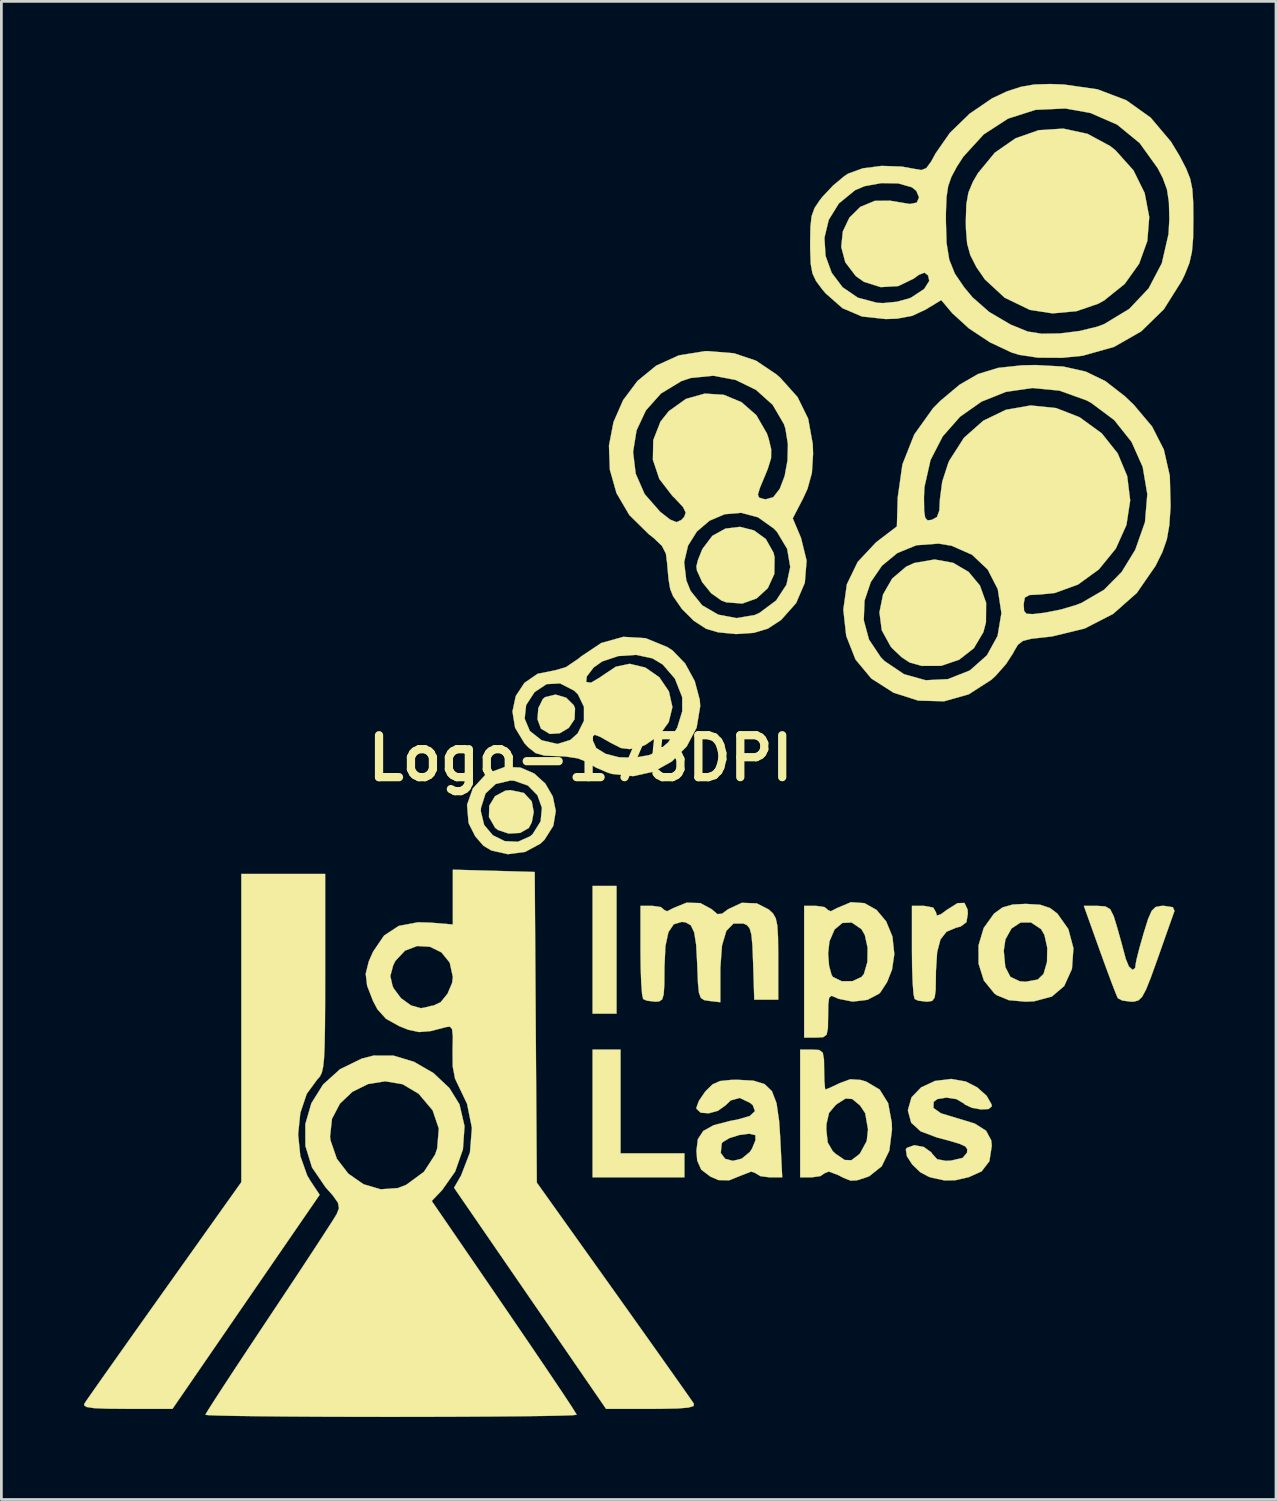
<source format=kicad_pcb>
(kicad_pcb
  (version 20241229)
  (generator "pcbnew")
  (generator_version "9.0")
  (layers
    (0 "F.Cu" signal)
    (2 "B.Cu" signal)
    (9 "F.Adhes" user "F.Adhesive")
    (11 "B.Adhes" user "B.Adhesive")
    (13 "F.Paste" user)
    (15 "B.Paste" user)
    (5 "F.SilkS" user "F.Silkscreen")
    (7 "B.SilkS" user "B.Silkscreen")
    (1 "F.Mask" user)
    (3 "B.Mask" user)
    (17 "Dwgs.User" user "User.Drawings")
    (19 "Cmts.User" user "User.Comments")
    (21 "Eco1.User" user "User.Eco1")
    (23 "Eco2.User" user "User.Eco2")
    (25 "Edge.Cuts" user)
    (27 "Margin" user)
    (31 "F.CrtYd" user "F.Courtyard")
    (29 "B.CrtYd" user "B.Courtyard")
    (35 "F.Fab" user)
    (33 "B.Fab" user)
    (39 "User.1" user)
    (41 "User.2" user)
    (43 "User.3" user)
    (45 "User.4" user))
  (footprint "Logo-175DPI"
    (layer "F.Cu")
    (at 18.061 24.517)
    (property "Reference" "Logo-175DPI" (at 0 0 0) (layer "F.SilkS") (effects (font (size 1.524 1.524) (thickness 0.3))))
    (attr through_hole)
    (fp_poly (pts (xy 1.306 9.289) (xy 0.435 9.289) (xy 0.435 4.645) (xy 1.306 4.645) (xy 1.306 9.289)) (stroke (width 0.01) (type solid)) (fill yes) (layer "F.SilkS"))
    (fp_poly (pts (xy 1.451 14.369) (xy 3.774 14.369) (xy 3.774 15.24) (xy 0.435 15.24) (xy 0.435 10.595) (xy 1.451 10.595) (xy 1.451 14.369)) (stroke (width 0.01) (type solid)) (fill yes) (layer "F.SilkS"))
    (fp_poly (pts (xy -2.062 1.264) (xy -1.778 1.569) (xy -1.705 1.959) (xy -1.776 2.331) (xy -1.886 2.54) (xy -2.198 2.717) (xy -2.617 2.741) (xy -3.005 2.612) (xy -3.11 2.53) (xy -3.333 2.14) (xy -3.322 1.729) (xy -3.112 1.381) (xy -2.737 1.181) (xy -2.553 1.161) (xy -2.062 1.264)) (stroke (width 0.01) (type solid)) (fill yes) (layer "F.SilkS"))
    (fp_poly (pts (xy -0.525 -2.199) (xy -0.25 -1.927) (xy -0.203 -1.806) (xy -0.221 -1.414) (xy -0.433 -1.099) (xy -0.759 -0.906) (xy -1.12 -0.881) (xy -1.437 -1.071) (xy -1.444 -1.08) (xy -1.568 -1.414) (xy -1.538 -1.819) (xy -1.374 -2.151) (xy -1.292 -2.22) (xy -0.913 -2.312) (xy -0.525 -2.199)) (stroke (width 0.01) (type solid)) (fill yes) (layer "F.SilkS"))
    (fp_poly (pts (xy 6.306 -8.281) (xy 6.735 -7.967) (xy 7.012 -7.475) (xy 7.052 -7.312) (xy 7.043 -6.699) (xy 6.807 -6.183) (xy 6.401 -5.809) (xy 5.879 -5.622) (xy 5.295 -5.667) (xy 5.126 -5.729) (xy 4.747 -5.997) (xy 4.42 -6.401) (xy 4.229 -6.824) (xy 4.209 -6.974) (xy 4.268 -7.209) (xy 4.41 -7.564) (xy 4.434 -7.614) (xy 4.79 -8.085) (xy 5.266 -8.348) (xy 5.794 -8.411) (xy 6.306 -8.281)) (stroke (width 0.01) (type solid)) (fill yes) (layer "F.SilkS"))
    (fp_poly (pts (xy 13.543 -7.104) (xy 14.106 -6.774) (xy 14.519 -6.277) (xy 14.744 -5.651) (xy 14.738 -4.939) (xy 14.645 -4.584) (xy 14.299 -4) (xy 13.766 -3.582) (xy 13.111 -3.358) (xy 12.404 -3.355) (xy 11.962 -3.479) (xy 11.675 -3.668) (xy 11.344 -3.981) (xy 11.273 -4.061) (xy 10.95 -4.65) (xy 10.865 -5.303) (xy 10.997 -5.953) (xy 11.328 -6.53) (xy 11.836 -6.963) (xy 12.131 -7.097) (xy 12.871 -7.225) (xy 13.543 -7.104)) (stroke (width 0.01) (type solid)) (fill yes) (layer "F.SilkS"))
    (fp_poly (pts (xy 14.07 5.502) (xy 14.079 5.649) (xy 14.029 5.963) (xy 13.821 6.12) (xy 13.635 6.17) (xy 13.302 6.311) (xy 13.084 6.59) (xy 12.963 7.052) (xy 12.919 7.745) (xy 12.918 7.92) (xy 12.91 8.424) (xy 12.873 8.704) (xy 12.781 8.826) (xy 12.611 8.854) (xy 12.579 8.854) (xy 12.274 8.816) (xy 12.144 8.757) (xy 12.105 8.581) (xy 12.074 8.177) (xy 12.053 7.608) (xy 12.047 7.015) (xy 12.047 5.37) (xy 12.482 5.37) (xy 12.821 5.431) (xy 12.918 5.599) (xy 12.955 5.724) (xy 13.106 5.67) (xy 13.3 5.526) (xy 13.702 5.272) (xy 13.956 5.263) (xy 14.07 5.502)) (stroke (width 0.01) (type solid)) (fill yes) (layer "F.SilkS"))
    (fp_poly (pts (xy 18.429 -22.701) (xy 19.253 -22.257) (xy 19.448 -22.102) (xy 20.101 -21.373) (xy 20.508 -20.549) (xy 20.675 -19.677) (xy 20.605 -18.804) (xy 20.306 -17.977) (xy 19.781 -17.241) (xy 19.036 -16.644) (xy 18.822 -16.525) (xy 18.029 -16.252) (xy 17.16 -16.173) (xy 16.346 -16.298) (xy 16.317 -16.308) (xy 15.417 -16.744) (xy 14.7 -17.406) (xy 14.391 -17.853) (xy 14.172 -18.283) (xy 14.054 -18.707) (xy 14.01 -19.245) (xy 14.006 -19.532) (xy 14.024 -20.131) (xy 14.1 -20.565) (xy 14.264 -20.957) (xy 14.446 -21.27) (xy 15.06 -22.016) (xy 15.815 -22.54) (xy 16.661 -22.835) (xy 17.549 -22.891) (xy 18.429 -22.701)) (stroke (width 0.01) (type solid)) (fill yes) (layer "F.SilkS"))
    (fp_poly (pts (xy -9.289 7.815) (xy -9.29 8.934) (xy -9.296 9.799) (xy -9.308 10.446) (xy -9.329 10.911) (xy -9.363 11.229) (xy -9.412 11.438) (xy -9.478 11.573) (xy -9.564 11.67) (xy -9.574 11.679) (xy -9.958 12.204) (xy -10.192 12.899) (xy -10.272 13.68) (xy -10.192 14.464) (xy -9.944 15.167) (xy -9.833 15.356) (xy -9.489 15.875) (xy -12.165 19.766) (xy -14.84 23.658) (xy -16.499 23.658) (xy -17.225 23.652) (xy -17.701 23.631) (xy -17.965 23.59) (xy -18.056 23.524) (xy -18.041 23.466) (xy -17.932 23.305) (xy -17.674 22.936) (xy -17.29 22.39) (xy -16.799 21.696) (xy -16.223 20.882) (xy -15.581 19.978) (xy -15.131 19.345) (xy -12.337 15.416) (xy -12.337 4.209) (xy -9.289 4.209) (xy -9.289 7.815)) (stroke (width 0.01) (type solid)) (fill yes) (layer "F.SilkS"))
    (fp_poly (pts (xy -2.189 0.34) (xy -1.688 0.557) (xy -1.284 0.923) (xy -1.012 1.392) (xy -0.903 1.919) (xy -0.993 2.459) (xy -1.313 2.966) (xy -1.468 3.112) (xy -2.019 3.408) (xy -2.647 3.491) (xy -3.249 3.355) (xy -3.533 3.185) (xy -3.83 2.843) (xy -4.057 2.396) (xy -4.077 2.335) (xy -4.11 1.93) (xy -3.629 1.93) (xy -3.507 2.429) (xy -3.193 2.802) (xy -2.759 3.016) (xy -2.281 3.039) (xy -1.833 2.839) (xy -1.742 2.758) (xy -1.454 2.298) (xy -1.407 1.804) (xy -1.571 1.346) (xy -1.917 0.995) (xy -2.415 0.82) (xy -2.555 0.813) (xy -3.087 0.938) (xy -3.457 1.283) (xy -3.623 1.806) (xy -3.629 1.93) (xy -4.11 1.93) (xy -4.129 1.696) (xy -3.92 1.102) (xy -3.482 0.624) (xy -3.35 0.538) (xy -2.754 0.319) (xy -2.189 0.34)) (stroke (width 0.01) (type solid)) (fill yes) (layer "F.SilkS"))
    (fp_poly (pts (xy 16.709 5.329) (xy 17.067 5.448) (xy 17.335 5.651) (xy 17.733 6.213) (xy 17.918 6.906) (xy 17.867 7.639) (xy 17.855 7.685) (xy 17.582 8.286) (xy 17.135 8.666) (xy 16.493 8.839) (xy 16.183 8.854) (xy 15.57 8.799) (xy 15.133 8.619) (xy 15.045 8.556) (xy 14.662 8.084) (xy 14.47 7.474) (xy 14.468 6.999) (xy 15.385 6.999) (xy 15.441 7.593) (xy 15.627 7.952) (xy 15.968 8.112) (xy 16.183 8.128) (xy 16.621 8.049) (xy 16.831 7.847) (xy 16.958 7.41) (xy 16.967 6.892) (xy 16.864 6.427) (xy 16.742 6.216) (xy 16.373 5.972) (xy 15.995 5.975) (xy 15.666 6.193) (xy 15.445 6.59) (xy 15.385 6.999) (xy 14.468 6.999) (xy 14.467 6.81) (xy 14.656 6.174) (xy 15.032 5.651) (xy 15.34 5.427) (xy 15.713 5.321) (xy 16.183 5.298) (xy 16.709 5.329)) (stroke (width 0.01) (type solid)) (fill yes) (layer "F.SilkS"))
    (fp_poly (pts (xy 19.079 5.389) (xy 19.256 5.492) (xy 19.384 5.747) (xy 19.502 6.132) (xy 19.647 6.648) (xy 19.772 7.112) (xy 19.819 7.293) (xy 19.934 7.573) (xy 20.071 7.698) (xy 20.164 7.624) (xy 20.175 7.527) (xy 20.214 7.313) (xy 20.317 6.907) (xy 20.463 6.395) (xy 20.471 6.366) (xy 20.633 5.848) (xy 20.763 5.551) (xy 20.905 5.412) (xy 21.106 5.372) (xy 21.213 5.37) (xy 21.535 5.419) (xy 21.593 5.552) (xy 21.521 5.755) (xy 21.374 6.17) (xy 21.176 6.732) (xy 20.978 7.293) (xy 20.736 7.967) (xy 20.558 8.413) (xy 20.416 8.677) (xy 20.281 8.807) (xy 20.123 8.85) (xy 20.019 8.854) (xy 19.695 8.812) (xy 19.532 8.725) (xy 19.454 8.544) (xy 19.302 8.149) (xy 19.097 7.598) (xy 18.874 6.983) (xy 18.297 5.37) (xy 18.79 5.37) (xy 19.079 5.389)) (stroke (width 0.01) (type solid)) (fill yes) (layer "F.SilkS"))
    (fp_poly (pts (xy 10.32 5.271) (xy 10.759 5.516) (xy 11.109 5.934) (xy 11.337 6.483) (xy 11.406 7.126) (xy 11.322 7.69) (xy 11.143 8.141) (xy 10.903 8.511) (xy 10.853 8.563) (xy 10.431 8.785) (xy 9.893 8.851) (xy 9.374 8.748) (xy 9.28 8.703) (xy 9.12 8.641) (xy 9.036 8.71) (xy 9.004 8.967) (xy 8.999 9.357) (xy 8.992 9.815) (xy 8.944 10.054) (xy 8.818 10.145) (xy 8.575 10.16) (xy 8.563 10.16) (xy 8.128 10.16) (xy 8.128 7.105) (xy 8.999 7.105) (xy 9.034 7.548) (xy 9.124 7.877) (xy 9.173 7.954) (xy 9.495 8.111) (xy 9.887 8.107) (xy 10.213 7.955) (xy 10.3 7.847) (xy 10.427 7.41) (xy 10.435 6.892) (xy 10.333 6.427) (xy 10.21 6.216) (xy 9.857 5.975) (xy 9.517 5.99) (xy 9.232 6.23) (xy 9.047 6.663) (xy 8.999 7.105) (xy 8.128 7.105) (xy 8.128 5.37) (xy 8.563 5.37) (xy 8.869 5.415) (xy 8.999 5.522) (xy 8.999 5.524) (xy 9.097 5.566) (xy 9.321 5.451) (xy 9.83 5.236) (xy 10.32 5.271)) (stroke (width 0.01) (type solid)) (fill yes) (layer "F.SilkS"))
    (fp_poly (pts (xy 8.676 10.611) (xy 8.805 10.709) (xy 8.849 10.963) (xy 8.854 11.321) (xy 8.863 11.735) (xy 8.886 11.998) (xy 8.904 12.047) (xy 9.054 11.989) (xy 9.357 11.846) (xy 9.413 11.818) (xy 9.806 11.674) (xy 10.181 11.699) (xy 10.381 11.758) (xy 10.873 12.049) (xy 11.182 12.545) (xy 11.314 13.26) (xy 11.321 13.505) (xy 11.225 14.268) (xy 10.947 14.84) (xy 10.5 15.196) (xy 10.4 15.236) (xy 10.049 15.349) (xy 9.82 15.361) (xy 9.561 15.26) (xy 9.365 15.158) (xy 9.026 15.03) (xy 8.881 15.086) (xy 8.715 15.196) (xy 8.406 15.24) (xy 7.983 15.24) (xy 7.983 13.498) (xy 8.933 13.498) (xy 8.984 13.974) (xy 9.168 14.29) (xy 9.272 14.385) (xy 9.6 14.609) (xy 9.844 14.619) (xy 10.115 14.413) (xy 10.16 14.369) (xy 10.403 13.921) (xy 10.45 13.498) (xy 10.348 12.91) (xy 10.16 12.627) (xy 9.876 12.392) (xy 9.635 12.374) (xy 9.325 12.57) (xy 9.272 12.612) (xy 9.031 12.9) (xy 8.939 13.306) (xy 8.933 13.498) (xy 7.983 13.498) (xy 7.983 10.595) (xy 8.418 10.595) (xy 8.676 10.611)) (stroke (width 0.01) (type solid)) (fill yes) (layer "F.SilkS"))
    (fp_poly (pts (xy 14.005 11.756) (xy 14.42 11.97) (xy 14.762 12.275) (xy 14.941 12.587) (xy 14.95 12.66) (xy 14.832 12.757) (xy 14.554 12.771) (xy 14.23 12.713) (xy 13.975 12.595) (xy 13.934 12.555) (xy 13.669 12.398) (xy 13.304 12.341) (xy 12.974 12.393) (xy 12.837 12.495) (xy 12.829 12.718) (xy 13.103 12.913) (xy 13.662 13.082) (xy 14.331 13.285) (xy 14.743 13.547) (xy 14.93 13.895) (xy 14.95 14.092) (xy 14.863 14.655) (xy 14.578 15.024) (xy 14.113 15.233) (xy 13.624 15.346) (xy 13.233 15.353) (xy 12.773 15.254) (xy 12.666 15.223) (xy 12.347 15.053) (xy 12.059 14.776) (xy 11.864 14.474) (xy 11.825 14.228) (xy 11.859 14.17) (xy 12.133 14.072) (xy 12.477 14.136) (xy 12.747 14.33) (xy 12.777 14.377) (xy 12.963 14.582) (xy 13.279 14.641) (xy 13.47 14.631) (xy 13.892 14.533) (xy 14.05 14.345) (xy 14.057 14.213) (xy 13.984 14.114) (xy 13.775 14.02) (xy 13.376 13.902) (xy 12.961 13.793) (xy 12.363 13.568) (xy 12.02 13.254) (xy 11.902 12.824) (xy 11.902 12.788) (xy 12.032 12.33) (xy 12.381 11.969) (xy 12.882 11.736) (xy 13.469 11.663) (xy 14.005 11.756)) (stroke (width 0.01) (type solid)) (fill yes) (layer "F.SilkS"))
    (fp_poly (pts (xy 6.285 11.726) (xy 6.688 11.85) (xy 6.957 12.109) (xy 7.123 12.543) (xy 7.218 13.197) (xy 7.257 13.792) (xy 7.33 15.241) (xy 6.87 15.24) (xy 6.537 15.197) (xy 6.361 15.092) (xy 6.359 15.086) (xy 6.205 15.031) (xy 5.875 15.158) (xy 5.398 15.349) (xy 5.011 15.34) (xy 4.717 15.212) (xy 4.385 14.96) (xy 4.238 14.63) (xy 4.218 14.355) (xy 5.096 14.355) (xy 5.256 14.568) (xy 5.534 14.641) (xy 5.858 14.561) (xy 6.153 14.317) (xy 6.233 14.196) (xy 6.357 13.894) (xy 6.355 13.709) (xy 6.353 13.707) (xy 6.131 13.654) (xy 5.776 13.7) (xy 5.412 13.813) (xy 5.164 13.962) (xy 5.129 14.014) (xy 5.096 14.355) (xy 4.218 14.355) (xy 4.211 14.271) (xy 4.264 13.852) (xy 4.458 13.555) (xy 4.839 13.344) (xy 5.45 13.186) (xy 5.692 13.142) (xy 6.147 13.013) (xy 6.34 12.833) (xy 6.26 12.616) (xy 6.163 12.533) (xy 5.782 12.353) (xy 5.456 12.445) (xy 5.264 12.627) (xy 4.992 12.821) (xy 4.659 12.912) (xy 4.366 12.89) (xy 4.214 12.75) (xy 4.209 12.708) (xy 4.298 12.465) (xy 4.516 12.143) (xy 4.555 12.096) (xy 4.798 11.859) (xy 5.07 11.739) (xy 5.479 11.697) (xy 5.717 11.694) (xy 6.285 11.726)) (stroke (width 0.01) (type solid)) (fill yes) (layer "F.SilkS"))
    (fp_poly (pts (xy 4.355 5.269) (xy 4.766 5.491) (xy 4.766 5.492) (xy 4.972 5.669) (xy 5.14 5.656) (xy 5.363 5.492) (xy 5.862 5.259) (xy 6.406 5.279) (xy 6.842 5.502) (xy 6.997 5.647) (xy 7.096 5.823) (xy 7.153 6.091) (xy 7.178 6.515) (xy 7.185 7.157) (xy 7.185 7.28) (xy 7.185 8.781) (xy 6.314 8.781) (xy 6.272 7.447) (xy 6.247 6.813) (xy 6.209 6.411) (xy 6.144 6.181) (xy 6.037 6.063) (xy 5.918 6.013) (xy 5.558 6.013) (xy 5.299 6.277) (xy 5.141 6.808) (xy 5.081 7.61) (xy 5.08 7.718) (xy 5.08 8.873) (xy 4.681 8.827) (xy 4.491 8.796) (xy 4.372 8.717) (xy 4.303 8.531) (xy 4.267 8.182) (xy 4.244 7.612) (xy 4.239 7.48) (xy 4.201 6.786) (xy 4.13 6.334) (xy 4.008 6.077) (xy 3.817 5.968) (xy 3.675 5.953) (xy 3.387 6.039) (xy 3.193 6.324) (xy 3.083 6.836) (xy 3.048 7.603) (xy 3.048 7.63) (xy 3.044 8.225) (xy 3.021 8.587) (xy 2.964 8.774) (xy 2.856 8.844) (xy 2.709 8.854) (xy 2.405 8.816) (xy 2.274 8.757) (xy 2.235 8.581) (xy 2.204 8.177) (xy 2.184 7.608) (xy 2.177 7.015) (xy 2.177 5.37) (xy 2.613 5.37) (xy 2.918 5.415) (xy 3.048 5.522) (xy 3.048 5.524) (xy 3.146 5.566) (xy 3.371 5.451) (xy 3.852 5.254) (xy 4.355 5.269)) (stroke (width 0.01) (type solid)) (fill yes) (layer "F.SilkS"))
    (fp_poly (pts (xy -3.157 4.095) (xy -1.669 4.137) (xy -1.631 9.784) (xy -1.593 15.432) (xy 1.21 19.363) (xy 1.884 20.31) (xy 2.506 21.186) (xy 3.056 21.962) (xy 3.513 22.608) (xy 3.856 23.095) (xy 4.065 23.395) (xy 4.119 23.477) (xy 4.103 23.558) (xy 3.919 23.612) (xy 3.53 23.644) (xy 2.901 23.657) (xy 2.576 23.658) (xy 0.925 23.658) (xy -1.838 19.639) (xy -4.602 15.619) (xy -4.347 15.176) (xy -4.024 14.338) (xy -3.952 13.441) (xy -4.13 12.564) (xy -4.38 12.042) (xy -4.566 11.652) (xy -4.65 11.206) (xy -4.656 10.619) (xy -4.646 10.121) (xy -4.673 9.854) (xy -4.752 9.76) (xy -4.888 9.777) (xy -5.456 9.924) (xy -5.875 9.958) (xy -6.266 9.875) (xy -6.595 9.743) (xy -7.077 9.475) (xy -7.389 9.129) (xy -7.549 8.824) (xy -7.762 8.275) (xy -7.804 7.922) (xy -6.919 7.922) (xy -6.838 8.281) (xy -6.799 8.367) (xy -6.531 8.727) (xy -6.168 8.989) (xy -5.81 9.09) (xy -5.685 9.07) (xy -5.417 9.003) (xy -5.358 8.999) (xy -5.09 8.873) (xy -4.839 8.564) (xy -4.673 8.173) (xy -4.645 7.956) (xy -4.76 7.432) (xy -5.062 7.061) (xy -5.48 6.856) (xy -5.944 6.83) (xy -6.386 6.998) (xy -6.736 7.372) (xy -6.815 7.531) (xy -6.919 7.922) (xy -7.804 7.922) (xy -7.814 7.84) (xy -7.704 7.393) (xy -7.545 7.034) (xy -7.146 6.449) (xy -6.613 6.099) (xy -5.913 5.967) (xy -5.467 5.979) (xy -4.645 6.047) (xy -4.645 4.054) (xy -3.157 4.095)) (stroke (width 0.01) (type solid)) (fill yes) (layer "F.SilkS"))
    (fp_poly (pts (xy -6.808 10.814) (xy -6.058 11.04) (xy -5.352 11.448) (xy -4.769 11.996) (xy -4.405 12.586) (xy -4.221 13.379) (xy -4.279 14.221) (xy -4.561 15.029) (xy -5.037 15.706) (xy -5.414 16.1) (xy -4.688 17.158) (xy -3.551 18.817) (xy -2.576 20.242) (xy -1.764 21.433) (xy -1.117 22.389) (xy -0.633 23.11) (xy -0.314 23.594) (xy -0.16 23.84) (xy -0.145 23.873) (xy -0.286 23.889) (xy -0.688 23.903) (xy -1.323 23.916) (xy -2.163 23.927) (xy -3.18 23.936) (xy -4.344 23.943) (xy -5.628 23.947) (xy -6.894 23.949) (xy -8.263 23.947) (xy -9.538 23.943) (xy -10.692 23.936) (xy -11.696 23.926) (xy -12.522 23.915) (xy -13.14 23.902) (xy -13.523 23.888) (xy -13.643 23.874) (xy -13.566 23.738) (xy -13.347 23.393) (xy -13.007 22.869) (xy -12.567 22.197) (xy -12.045 21.408) (xy -11.464 20.533) (xy -11.345 20.354) (xy -10.743 19.45) (xy -10.187 18.611) (xy -9.701 17.871) (xy -9.305 17.264) (xy -9.022 16.825) (xy -8.876 16.589) (xy -8.867 16.573) (xy -8.786 16.363) (xy -8.823 16.163) (xy -9.011 15.897) (xy -9.27 15.607) (xy -9.766 14.881) (xy -10.007 14.098) (xy -10.008 13.757) (xy -9.111 13.757) (xy -9.094 13.896) (xy -8.863 14.567) (xy -8.444 15.11) (xy -7.895 15.491) (xy -7.274 15.675) (xy -6.639 15.629) (xy -6.34 15.512) (xy -5.696 15.039) (xy -5.291 14.414) (xy -5.215 14.188) (xy -5.156 13.467) (xy -5.381 12.804) (xy -5.889 12.202) (xy -5.892 12.199) (xy -6.472 11.855) (xy -7.102 11.748) (xy -7.727 11.848) (xy -8.295 12.128) (xy -8.75 12.558) (xy -9.04 13.111) (xy -9.111 13.757) (xy -10.008 13.757) (xy -10.009 13.304) (xy -9.789 12.544) (xy -9.363 11.864) (xy -8.748 11.309) (xy -7.959 10.924) (xy -7.528 10.813) (xy -6.808 10.814)) (stroke (width 0.01) (type solid)) (fill yes) (layer "F.SilkS"))
    (fp_poly (pts (xy 2.368 -4.362) (xy 3.16 -4.036) (xy 3.344 -3.915) (xy 3.8 -3.443) (xy 4.149 -2.804) (xy 4.333 -2.116) (xy 4.348 -1.887) (xy 4.217 -1.107) (xy 3.857 -0.426) (xy 3.319 0.118) (xy 2.654 0.49) (xy 1.911 0.654) (xy 1.142 0.574) (xy 0.978 0.522) (xy 0.56 0.342) (xy 0.233 0.155) (xy 0.194 0.125) (xy -0.097 0.007) (xy -0.566 -0.063) (xy -0.833 -0.073) (xy -1.318 -0.093) (xy -1.635 -0.184) (xy -1.901 -0.393) (xy -2.044 -0.547) (xy -2.382 -1.106) (xy -2.436 -1.437) (xy -2.035 -1.437) (xy -1.847 -0.99) (xy -1.43 -0.66) (xy -1.393 -0.644) (xy -0.839 -0.517) (xy -0.371 -0.664) (xy -0.109 -0.9) (xy 0.121 -1.36) (xy 0.121 -1.869) (xy -0.098 -2.322) (xy -0.237 -2.457) (xy -0.748 -2.719) (xy -1.238 -2.692) (xy -1.676 -2.401) (xy -1.981 -1.931) (xy -2.035 -1.437) (xy -2.436 -1.437) (xy -2.478 -1.697) (xy -2.358 -2.26) (xy -2.044 -2.737) (xy -1.996 -2.77) (xy 0.203 -2.77) (xy 0.377 -2.746) (xy 0.708 -2.939) (xy 0.748 -2.972) (xy 1.282 -3.327) (xy 1.784 -3.431) (xy 2.335 -3.3) (xy 2.365 -3.288) (xy 2.862 -2.941) (xy 3.21 -2.428) (xy 3.338 -1.858) (xy 3.204 -1.311) (xy 2.852 -0.823) (xy 2.35 -0.481) (xy 2.194 -0.423) (xy 1.782 -0.329) (xy 1.468 -0.369) (xy 1.09 -0.561) (xy 0.71 -0.777) (xy 0.515 -0.852) (xy 0.445 -0.794) (xy 0.435 -0.661) (xy 0.565 -0.372) (xy 0.906 -0.159) (xy 1.387 -0.035) (xy 1.936 -0.014) (xy 2.481 -0.109) (xy 2.778 -0.228) (xy 3.189 -0.58) (xy 3.512 -1.109) (xy 3.695 -1.703) (xy 3.693 -2.221) (xy 3.428 -2.892) (xy 2.984 -3.407) (xy 2.614 -3.628) (xy 2.019 -3.756) (xy 1.37 -3.713) (xy 0.786 -3.518) (xy 0.473 -3.297) (xy 0.223 -2.969) (xy 0.203 -2.77) (xy -1.996 -2.77) (xy -1.564 -3.068) (xy -0.941 -3.193) (xy -0.934 -3.193) (xy -0.534 -3.309) (xy -0.063 -3.629) (xy 0.01 -3.693) (xy 0.751 -4.188) (xy 1.551 -4.412) (xy 2.368 -4.362)) (stroke (width 0.01) (type solid)) (fill yes) (layer "F.SilkS"))
    (fp_poly (pts (xy 5.579 -14.722) (xy 6.377 -14.453) (xy 7.111 -13.96) (xy 7.256 -13.835) (xy 7.888 -13.129) (xy 8.274 -12.343) (xy 8.441 -11.417) (xy 8.452 -11.062) (xy 8.409 -10.371) (xy 8.25 -9.795) (xy 8.084 -9.435) (xy 7.713 -8.72) (xy 8.013 -8.01) (xy 8.217 -7.185) (xy 8.152 -6.377) (xy 7.836 -5.64) (xy 7.289 -5.025) (xy 6.807 -4.71) (xy 6.296 -4.557) (xy 5.648 -4.513) (xy 4.995 -4.577) (xy 4.565 -4.704) (xy 4.119 -4.993) (xy 3.686 -5.423) (xy 3.362 -5.89) (xy 3.258 -6.148) (xy 3.198 -6.503) (xy 3.154 -6.969) (xy 3.149 -7.062) (xy 3.141 -7.126) (xy 3.764 -7.126) (xy 3.843 -6.464) (xy 3.998 -6.082) (xy 4.421 -5.557) (xy 5.004 -5.219) (xy 5.667 -5.093) (xy 6.329 -5.205) (xy 6.503 -5.283) (xy 7.109 -5.734) (xy 7.485 -6.309) (xy 7.622 -6.953) (xy 7.51 -7.611) (xy 7.14 -8.228) (xy 7.032 -8.344) (xy 6.453 -8.757) (xy 5.84 -8.922) (xy 5.237 -8.87) (xy 4.685 -8.633) (xy 4.227 -8.242) (xy 3.906 -7.729) (xy 3.764 -7.126) (xy 3.141 -7.126) (xy 3.101 -7.437) (xy 2.957 -7.718) (xy 2.655 -8.007) (xy 2.474 -8.148) (xy 1.771 -8.841) (xy 1.305 -9.635) (xy 1.063 -10.49) (xy 1.039 -11.136) (xy 1.907 -11.136) (xy 2.002 -10.346) (xy 2.328 -9.602) (xy 2.893 -8.957) (xy 3.254 -8.676) (xy 3.485 -8.582) (xy 3.661 -8.659) (xy 3.764 -8.769) (xy 3.822 -8.929) (xy 3.72 -9.137) (xy 3.425 -9.451) (xy 3.341 -9.531) (xy 2.862 -10.152) (xy 2.628 -10.849) (xy 2.641 -11.563) (xy 2.903 -12.235) (xy 3.206 -12.618) (xy 3.83 -13.063) (xy 4.515 -13.256) (xy 5.206 -13.212) (xy 5.848 -12.945) (xy 6.389 -12.471) (xy 6.774 -11.805) (xy 6.834 -11.628) (xy 6.929 -11.234) (xy 6.925 -10.91) (xy 6.807 -10.524) (xy 6.704 -10.271) (xy 6.519 -9.829) (xy 6.446 -9.587) (xy 6.486 -9.476) (xy 6.64 -9.428) (xy 6.729 -9.412) (xy 7.007 -9.491) (xy 7.242 -9.796) (xy 7.419 -10.261) (xy 7.522 -10.823) (xy 7.537 -11.419) (xy 7.446 -11.984) (xy 7.393 -12.146) (xy 6.983 -12.847) (xy 6.376 -13.392) (xy 5.635 -13.753) (xy 4.822 -13.906) (xy 4.001 -13.823) (xy 3.662 -13.709) (xy 2.92 -13.259) (xy 2.374 -12.646) (xy 2.034 -11.921) (xy 1.907 -11.136) (xy 1.039 -11.136) (xy 1.031 -11.366) (xy 1.196 -12.222) (xy 1.546 -13.019) (xy 2.067 -13.715) (xy 2.746 -14.271) (xy 3.571 -14.646) (xy 4.527 -14.8) (xy 4.628 -14.801) (xy 5.579 -14.722)) (stroke (width 0.01) (type solid)) (fill yes) (layer "F.SilkS"))
    (fp_poly (pts (xy 17.548 -14.24) (xy 18.363 -14.057) (xy 19.078 -13.711) (xy 19.783 -13.164) (xy 20.116 -12.846) (xy 20.778 -12.059) (xy 21.206 -11.219) (xy 21.423 -10.264) (xy 21.451 -9.144) (xy 21.404 -8.466) (xy 21.315 -7.958) (xy 21.155 -7.5) (xy 20.903 -6.991) (xy 20.223 -6.007) (xy 19.362 -5.246) (xy 18.331 -4.716) (xy 17.144 -4.427) (xy 16.91 -4.4) (xy 16.393 -4.343) (xy 16.083 -4.264) (xy 15.898 -4.123) (xy 15.755 -3.88) (xy 15.726 -3.82) (xy 15.469 -3.424) (xy 15.095 -3) (xy 14.932 -2.849) (xy 14.109 -2.321) (xy 13.213 -2.068) (xy 12.276 -2.094) (xy 11.377 -2.381) (xy 10.57 -2.897) (xy 9.996 -3.586) (xy 9.657 -4.446) (xy 9.594 -5.017) (xy 10.295 -5.017) (xy 10.485 -4.313) (xy 10.917 -3.665) (xy 11.054 -3.528) (xy 11.758 -3.054) (xy 12.545 -2.834) (xy 13.357 -2.875) (xy 14.133 -3.182) (xy 14.163 -3.2) (xy 14.772 -3.739) (xy 15.16 -4.443) (xy 15.298 -5.263) (xy 15.298 -5.293) (xy 15.167 -6.147) (xy 14.801 -6.859) (xy 14.233 -7.396) (xy 13.492 -7.723) (xy 13.016 -7.802) (xy 12.209 -7.742) (xy 11.515 -7.458) (xy 10.955 -6.997) (xy 10.551 -6.405) (xy 10.323 -5.73) (xy 10.295 -5.017) (xy 9.594 -5.017) (xy 9.552 -5.4) (xy 9.681 -6.324) (xy 10.073 -7.134) (xy 10.734 -7.84) (xy 10.866 -7.944) (xy 11.499 -8.426) (xy 11.53 -9.475) (xy 11.531 -9.484) (xy 12.484 -9.484) (xy 12.491 -8.996) (xy 12.529 -8.737) (xy 12.618 -8.648) (xy 12.773 -8.667) (xy 12.956 -8.769) (xy 13.043 -9.005) (xy 13.064 -9.415) (xy 13.148 -10.054) (xy 13.367 -10.73) (xy 13.406 -10.819) (xy 13.938 -11.649) (xy 14.639 -12.27) (xy 15.462 -12.667) (xy 16.361 -12.825) (xy 17.291 -12.729) (xy 18.14 -12.398) (xy 18.947 -11.812) (xy 19.527 -11.083) (xy 19.874 -10.255) (xy 19.982 -9.372) (xy 19.846 -8.48) (xy 19.46 -7.621) (xy 18.845 -6.865) (xy 18.088 -6.315) (xy 17.243 -6.007) (xy 16.696 -5.951) (xy 16.321 -5.932) (xy 16.153 -5.841) (xy 16.111 -5.623) (xy 16.111 -5.569) (xy 16.125 -5.35) (xy 16.215 -5.249) (xy 16.453 -5.239) (xy 16.873 -5.289) (xy 17.452 -5.402) (xy 18.022 -5.571) (xy 18.215 -5.647) (xy 19.03 -6.122) (xy 19.672 -6.77) (xy 20.166 -7.576) (xy 20.52 -8.582) (xy 20.605 -9.602) (xy 20.437 -10.59) (xy 20.031 -11.502) (xy 19.401 -12.294) (xy 18.561 -12.921) (xy 18.397 -13.009) (xy 17.41 -13.364) (xy 16.419 -13.459) (xy 15.461 -13.318) (xy 14.574 -12.963) (xy 13.797 -12.416) (xy 13.166 -11.701) (xy 12.722 -10.84) (xy 12.501 -9.856) (xy 12.484 -9.484) (xy 11.531 -9.484) (xy 11.7 -10.679) (xy 12.131 -11.769) (xy 12.813 -12.723) (xy 13.086 -12.998) (xy 13.782 -13.581) (xy 14.45 -13.967) (xy 15.178 -14.191) (xy 16.055 -14.285) (xy 16.546 -14.294) (xy 17.548 -14.24)) (stroke (width 0.01) (type solid)) (fill yes) (layer "F.SilkS"))
    (fp_poly (pts (xy 17.562 -24.495) (xy 18.792 -24.32) (xy 19.841 -23.922) (xy 20.726 -23.29) (xy 21.466 -22.414) (xy 21.782 -21.891) (xy 22.017 -21.437) (xy 22.164 -21.067) (xy 22.242 -20.686) (xy 22.274 -20.197) (xy 22.279 -19.594) (xy 22.27 -18.906) (xy 22.227 -18.409) (xy 22.135 -18.006) (xy 21.973 -17.599) (xy 21.859 -17.36) (xy 21.206 -16.322) (xy 20.382 -15.518) (xy 19.395 -14.954) (xy 18.251 -14.632) (xy 17.505 -14.558) (xy 16.627 -14.563) (xy 15.948 -14.665) (xy 15.676 -14.748) (xy 14.881 -15.121) (xy 14.119 -15.626) (xy 13.512 -16.181) (xy 13.467 -16.234) (xy 13.112 -16.656) (xy 12.543 -16.311) (xy 12.056 -16.083) (xy 11.505 -15.981) (xy 11.101 -15.966) (xy 10.231 -16.059) (xy 9.523 -16.361) (xy 8.906 -16.903) (xy 8.785 -17.047) (xy 8.56 -17.349) (xy 8.429 -17.627) (xy 8.366 -17.975) (xy 8.347 -18.487) (xy 8.346 -18.723) (xy 8.349 -18.924) (xy 8.865 -18.924) (xy 8.905 -18.264) (xy 9.129 -17.647) (xy 9.525 -17.123) (xy 10.08 -16.743) (xy 10.781 -16.557) (xy 11.002 -16.547) (xy 11.502 -16.596) (xy 11.951 -16.719) (xy 12.028 -16.754) (xy 12.492 -17.061) (xy 12.677 -17.354) (xy 12.633 -17.553) (xy 12.505 -17.654) (xy 12.298 -17.574) (xy 12.114 -17.439) (xy 11.549 -17.165) (xy 10.913 -17.127) (xy 10.303 -17.319) (xy 10.008 -17.526) (xy 9.625 -18.028) (xy 9.476 -18.588) (xy 9.533 -19.149) (xy 9.71 -19.522) (xy 13.281 -19.522) (xy 13.306 -18.727) (xy 13.403 -18.126) (xy 13.605 -17.621) (xy 13.946 -17.119) (xy 14.249 -16.757) (xy 14.855 -16.224) (xy 15.639 -15.763) (xy 16.256 -15.512) (xy 16.761 -15.433) (xy 17.426 -15.443) (xy 18.138 -15.532) (xy 18.785 -15.689) (xy 19.036 -15.783) (xy 19.948 -16.335) (xy 20.651 -17.079) (xy 21.132 -17.994) (xy 21.376 -19.056) (xy 21.406 -19.594) (xy 21.39 -20.219) (xy 21.32 -20.679) (xy 21.167 -21.096) (xy 20.98 -21.457) (xy 20.327 -22.365) (xy 19.509 -23.035) (xy 18.535 -23.46) (xy 17.623 -23.623) (xy 16.538 -23.573) (xy 15.54 -23.254) (xy 14.656 -22.681) (xy 13.915 -21.87) (xy 13.679 -21.505) (xy 13.483 -21.14) (xy 13.364 -20.801) (xy 13.303 -20.396) (xy 13.282 -19.832) (xy 13.281 -19.522) (xy 9.71 -19.522) (xy 9.773 -19.653) (xy 10.168 -20.044) (xy 10.694 -20.264) (xy 11.249 -20.27) (xy 11.666 -20.201) (xy 11.969 -20.15) (xy 12.222 -20.199) (xy 12.305 -20.392) (xy 12.205 -20.629) (xy 12.043 -20.758) (xy 11.548 -20.899) (xy 10.93 -20.909) (xy 10.321 -20.797) (xy 9.977 -20.651) (xy 9.388 -20.168) (xy 9.022 -19.575) (xy 8.865 -18.924) (xy 8.349 -18.924) (xy 8.355 -19.314) (xy 8.399 -19.708) (xy 8.504 -20.001) (xy 8.695 -20.287) (xy 8.797 -20.415) (xy 9.177 -20.819) (xy 9.591 -21.165) (xy 9.724 -21.253) (xy 10.257 -21.446) (xy 10.948 -21.535) (xy 11.68 -21.51) (xy 12.119 -21.43) (xy 12.385 -21.384) (xy 12.568 -21.453) (xy 12.745 -21.693) (xy 12.906 -21.989) (xy 13.427 -22.737) (xy 14.143 -23.432) (xy 14.962 -23.992) (xy 15.501 -24.245) (xy 16.007 -24.41) (xy 16.49 -24.494) (xy 17.068 -24.512) (xy 17.562 -24.495)) (stroke (width 0.01) (type solid)) (fill yes) (layer "F.SilkS")))
  (gr_rect
    (start -3 -3)
    (end 43.345 51.471)
    (stroke (width 0.1) (type default))
    (fill no)
    (layer "Edge.Cuts")))
</source>
